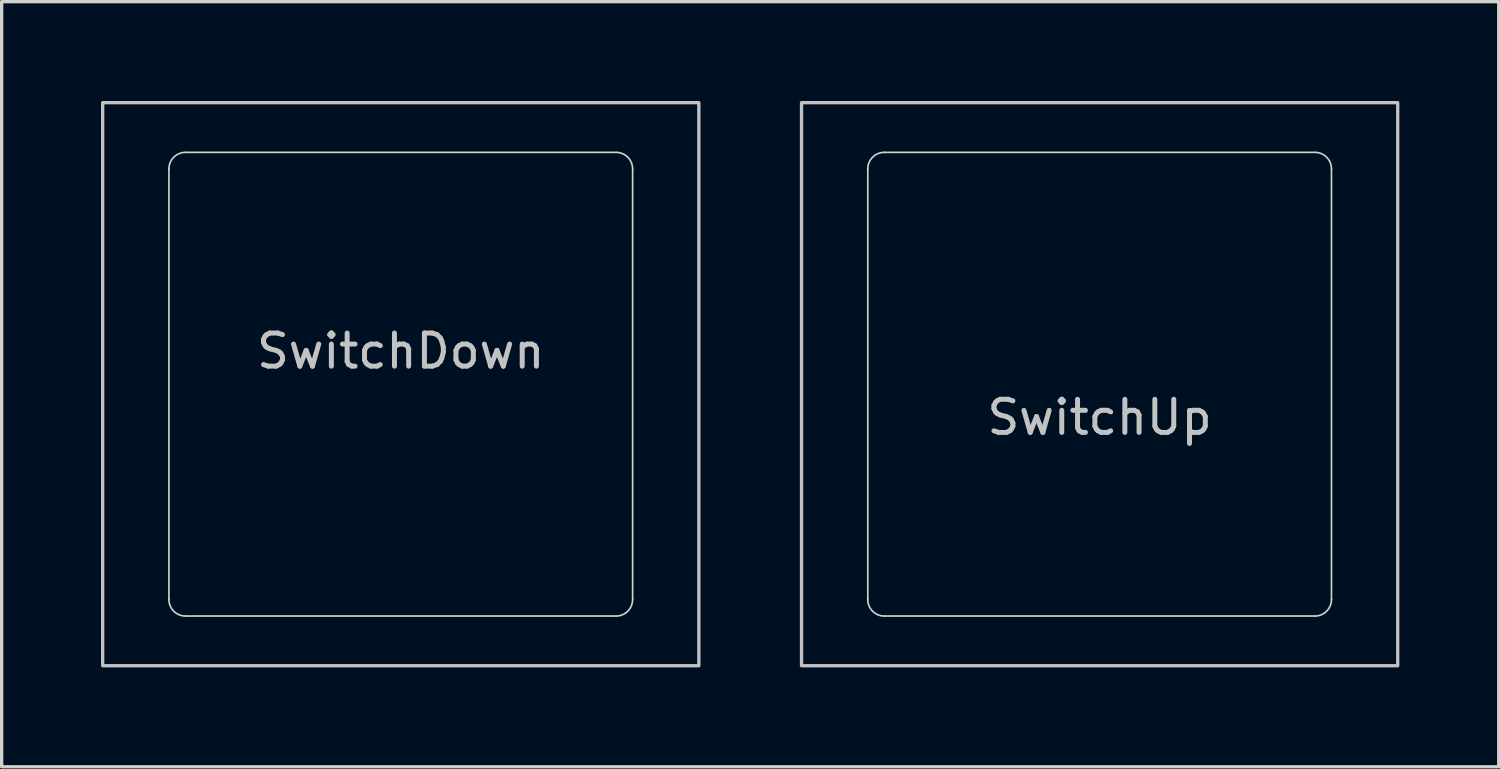
<source format=kicad_pcb>
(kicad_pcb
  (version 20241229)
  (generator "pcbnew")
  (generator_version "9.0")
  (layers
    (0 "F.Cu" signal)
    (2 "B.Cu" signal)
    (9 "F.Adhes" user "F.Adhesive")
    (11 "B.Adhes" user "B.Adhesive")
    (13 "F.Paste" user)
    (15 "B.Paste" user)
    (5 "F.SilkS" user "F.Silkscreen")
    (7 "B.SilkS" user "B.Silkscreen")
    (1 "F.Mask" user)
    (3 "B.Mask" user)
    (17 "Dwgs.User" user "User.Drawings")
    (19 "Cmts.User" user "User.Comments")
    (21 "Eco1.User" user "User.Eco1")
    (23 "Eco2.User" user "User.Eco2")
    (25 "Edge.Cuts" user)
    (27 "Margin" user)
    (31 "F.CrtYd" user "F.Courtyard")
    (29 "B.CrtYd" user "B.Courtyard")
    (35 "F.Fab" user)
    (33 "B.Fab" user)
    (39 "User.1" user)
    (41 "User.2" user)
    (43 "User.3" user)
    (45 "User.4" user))
  (footprint "SwitchUp"
    (layer "F.Cu")
    (at 30.15 9.55)
    (property "Reference" "SwitchUp" (at 0 0 0) (unlocked yes) (layer "Dwgs.User") (effects (font (size 1 1) (thickness 0.15))))
    (fp_rect (start -9 -9.5) (end 9 7.5) (stroke (width 0.1) (type default)) (fill no) (layer "Dwgs.User"))
    (fp_line (start -7 5.5) (end -7 -7.5) (stroke (width 0.05) (type default)) (layer "Edge.Cuts"))
    (fp_line (start -6.5 -8) (end 6.5 -8) (stroke (width 0.05) (type default)) (layer "Edge.Cuts"))
    (fp_line (start 6.5 6) (end -6.5 6) (stroke (width 0.05) (type default)) (layer "Edge.Cuts"))
    (fp_line (start 7 -7.5) (end 7 5.5) (stroke (width 0.05) (type default)) (layer "Edge.Cuts"))
    (fp_arc (start -7 -7.5) (mid -6.853553 -7.853553) (end -6.5 -8) (stroke (width 0.05) (type default)) (layer "Edge.Cuts"))
    (fp_arc (start -6.5 6) (mid -6.853553 5.853553) (end -7 5.5) (stroke (width 0.05) (type default)) (layer "Edge.Cuts"))
    (fp_arc (start 6.5 -8) (mid 6.853553 -7.853553) (end 7 -7.5) (stroke (width 0.05) (type default)) (layer "Edge.Cuts"))
    (fp_arc (start 7 5.5) (mid 6.853553 5.853553) (end 6.5 6) (stroke (width 0.05) (type default)) (layer "Edge.Cuts")))
  (footprint "SwitchDown"
    (layer "F.Cu")
    (at 9.05 7.55)
    (property "Reference" "SwitchDown" (at 0 0 0) (unlocked yes) (layer "Dwgs.User") (effects (font (size 1 1) (thickness 0.15))))
    (fp_rect (start -9 -7.5) (end 9 9.5) (stroke (width 0.1) (type default)) (fill no) (layer "Dwgs.User"))
    (fp_line (start -7 7.5) (end -7 -5.5) (stroke (width 0.05) (type default)) (layer "Edge.Cuts"))
    (fp_line (start -6.5 -6) (end 6.5 -6) (stroke (width 0.05) (type default)) (layer "Edge.Cuts"))
    (fp_line (start 6.5 8) (end -6.5 8) (stroke (width 0.05) (type default)) (layer "Edge.Cuts"))
    (fp_line (start 7 -5.5) (end 7 7.5) (stroke (width 0.05) (type default)) (layer "Edge.Cuts"))
    (fp_arc (start -7 -5.5) (mid -6.853553 -5.853553) (end -6.5 -6) (stroke (width 0.05) (type default)) (layer "Edge.Cuts"))
    (fp_arc (start -6.5 8) (mid -6.853553 7.853553) (end -7 7.5) (stroke (width 0.05) (type default)) (layer "Edge.Cuts"))
    (fp_arc (start 6.5 -6) (mid 6.853553 -5.853553) (end 7 -5.5) (stroke (width 0.05) (type default)) (layer "Edge.Cuts"))
    (fp_arc (start 7 7.5) (mid 6.853553 7.853553) (end 6.5 8) (stroke (width 0.05) (type default)) (layer "Edge.Cuts")))
  (gr_rect
    (start -3 -3)
    (end 42.2 20.1)
    (stroke (width 0.1) (type default))
    (fill no)
    (layer "Edge.Cuts")))
</source>
